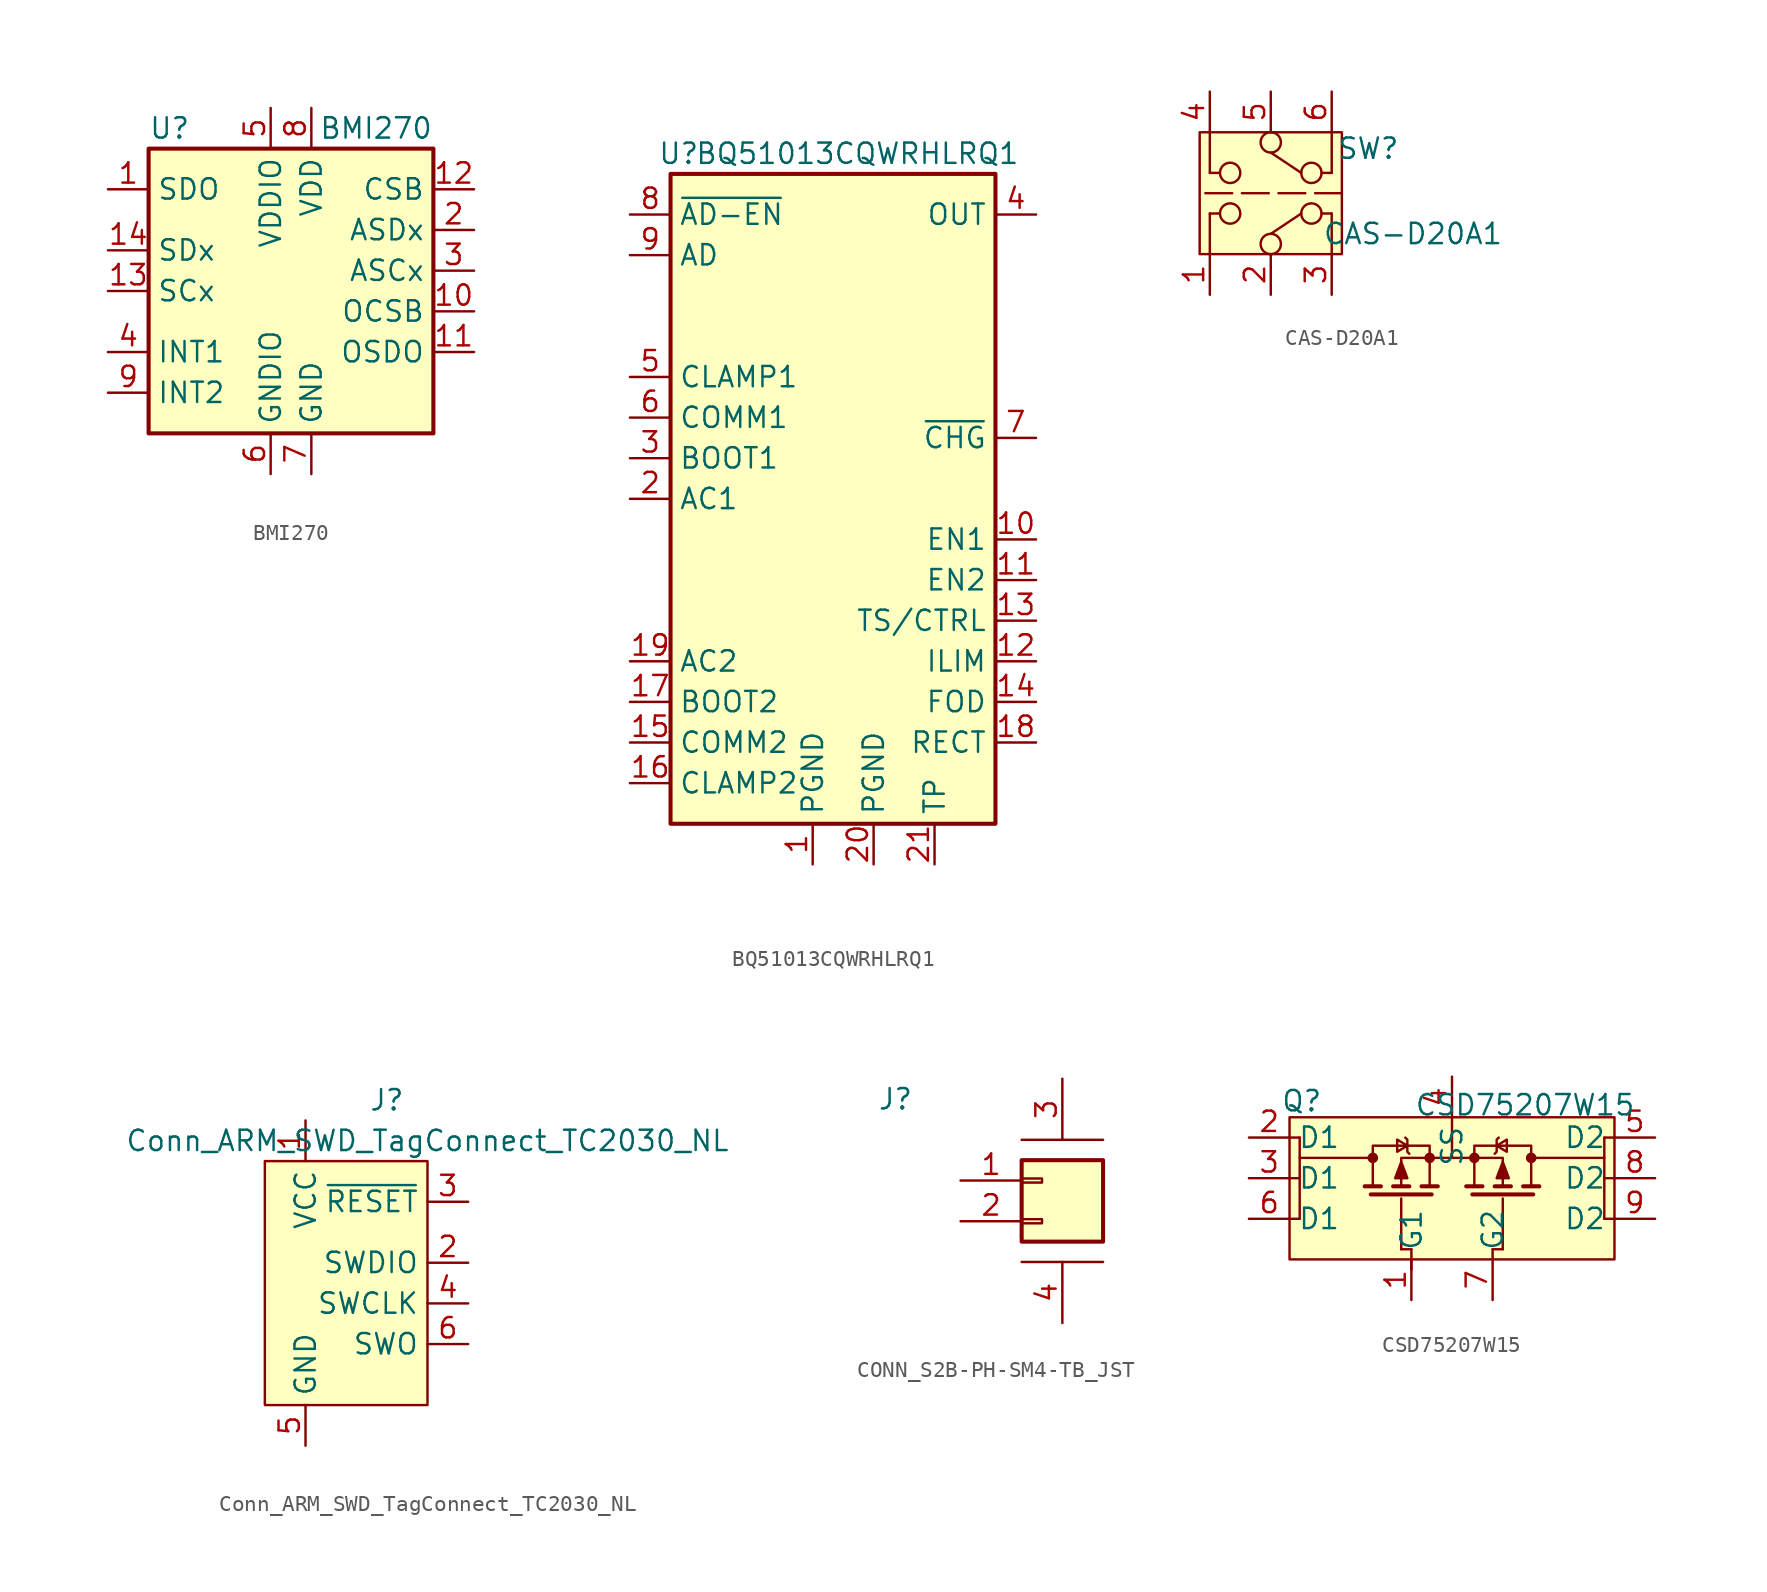
<source format=kicad_sym>
(kicad_symbol_lib
  (version 20241209)
  (generator "kicad_symbol_editor")
  (generator_version "9.0")
  (symbol "BMI270"
    (property "Reference" "U"
      (at -10.16 8.89 0)
      (effects (font (size 1.27 1.27)) (justify left)))
    (property "Value" "BMI270"
      (at 7.62 8.89 0)
      (effects (font (size 1.27 1.27)) (justify right)))
    (symbol "BMI270_1_1"
      (rectangle (start -10.16 7.62) (end 7.62 -10.16) (stroke (width 0.254) (type default)) (fill (type background)))
      (pin bidirectional line (at -12.7 5.08 0) (length 2.54) (name "SDO" (effects (font (size 1.27 1.27)))) (number "1" (effects (font (size 1.27 1.27)))))
      (pin bidirectional line (at -12.7 1.27 0) (length 2.54) (name "SDx" (effects (font (size 1.27 1.27)))) (number "14" (effects (font (size 1.27 1.27)))))
      (pin input line (at -12.7 -1.27 0) (length 2.54) (name "SCx" (effects (font (size 1.27 1.27)))) (number "13" (effects (font (size 1.27 1.27)))))
      (pin bidirectional line (at -12.7 -5.08 0) (length 2.54) (name "INT1" (effects (font (size 1.27 1.27)))) (number "4" (effects (font (size 1.27 1.27)))))
      (pin bidirectional line (at -12.7 -7.62 0) (length 2.54) (name "INT2" (effects (font (size 1.27 1.27)))) (number "9" (effects (font (size 1.27 1.27)))))
      (pin power_in line (at -2.54 10.16 270) (length 2.54) (name "VDDIO" (effects (font (size 1.27 1.27)))) (number "5" (effects (font (size 1.27 1.27)))))
      (pin power_in line (at -2.54 -12.7 90) (length 2.54) (name "GNDIO" (effects (font (size 1.27 1.27)))) (number "6" (effects (font (size 1.27 1.27)))))
      (pin power_in line (at 0 10.16 270) (length 2.54) (name "VDD" (effects (font (size 1.27 1.27)))) (number "8" (effects (font (size 1.27 1.27)))))
      (pin power_in line (at 0 -12.7 90) (length 2.54) (name "GND" (effects (font (size 1.27 1.27)))) (number "7" (effects (font (size 1.27 1.27)))))
      (pin input line (at 10.16 5.08 180) (length 2.54) (name "CSB" (effects (font (size 1.27 1.27)))) (number "12" (effects (font (size 1.27 1.27)))))
      (pin bidirectional line (at 10.16 2.54 180) (length 2.54) (name "ASDx" (effects (font (size 1.27 1.27)))) (number "2" (effects (font (size 1.27 1.27)))))
      (pin output line (at 10.16 0 180) (length 2.54) (name "ASCx" (effects (font (size 1.27 1.27)))) (number "3" (effects (font (size 1.27 1.27)))))
      (pin bidirectional line (at 10.16 -2.54 180) (length 2.54) (name "OCSB" (effects (font (size 1.27 1.27)))) (number "10" (effects (font (size 1.27 1.27)))))
      (pin bidirectional line (at 10.16 -5.08 180) (length 2.54) (name "OSDO" (effects (font (size 1.27 1.27)))) (number "11" (effects (font (size 1.27 1.27)))))))
  (symbol "BQ51013CQWRHLRQ1"
    (property "Reference" "U"
      (at -9.652 21.59 0)
      (effects (font (size 1.27 1.27))))
    (property "Value" "BQ51013CQWRHLRQ1"
      (at 1.524 21.59 0)
      (effects (font (size 1.27 1.27))))
    (symbol "BQ51013CQWRHLRQ1_0_1"
      (rectangle (start -10.16 -20.32) (end 10.16 20.32) (stroke (width 0.254) (type default)) (fill (type background))))
    (symbol "BQ51013CQWRHLRQ1_1_1"
      (pin output line (at -12.7 17.78 0) (length 2.54) (name "~{AD-EN}" (effects (font (size 1.27 1.27)))) (number "8" (effects (font (size 1.27 1.27)))))
      (pin input line (at -12.7 15.24 0) (length 2.54) (name "AD" (effects (font (size 1.27 1.27)))) (number "9" (effects (font (size 1.27 1.27)))))
      (pin open_collector line (at -12.7 7.62 0) (length 2.54) (name "CLAMP1" (effects (font (size 1.27 1.27)))) (number "5" (effects (font (size 1.27 1.27)))))
      (pin open_collector line (at -12.7 5.08 0) (length 2.54) (name "COMM1" (effects (font (size 1.27 1.27)))) (number "6" (effects (font (size 1.27 1.27)))))
      (pin passive line (at -12.7 2.54 0) (length 2.54) (name "BOOT1" (effects (font (size 1.27 1.27)))) (number "3" (effects (font (size 1.27 1.27)))))
      (pin input line (at -12.7 0 0) (length 2.54) (name "AC1" (effects (font (size 1.27 1.27)))) (number "2" (effects (font (size 1.27 1.27)))))
      (pin input line (at -12.7 -10.16 0) (length 2.54) (name "AC2" (effects (font (size 1.27 1.27)))) (number "19" (effects (font (size 1.27 1.27)))))
      (pin passive line (at -12.7 -12.7 0) (length 2.54) (name "BOOT2" (effects (font (size 1.27 1.27)))) (number "17" (effects (font (size 1.27 1.27)))))
      (pin open_collector line (at -12.7 -15.24 0) (length 2.54) (name "COMM2" (effects (font (size 1.27 1.27)))) (number "15" (effects (font (size 1.27 1.27)))))
      (pin open_collector line (at -12.7 -17.78 0) (length 2.54) (name "CLAMP2" (effects (font (size 1.27 1.27)))) (number "16" (effects (font (size 1.27 1.27)))))
      (pin power_in line (at -1.27 -22.86 90) (length 2.54) (name "PGND" (effects (font (size 1.27 1.27)))) (number "1" (effects (font (size 1.27 1.27)))))
      (pin power_in line (at 2.54 -22.86 90) (length 2.54) (name "PGND" (effects (font (size 1.27 1.27)))) (number "20" (effects (font (size 1.27 1.27)))))
      (pin input line (at 6.35 -22.86 90) (length 2.54) (name "TP" (effects (font (size 1.27 1.27)))) (number "21" (effects (font (size 1.27 1.27)))))
      (pin power_out line (at 12.7 17.78 180) (length 2.54) (name "OUT" (effects (font (size 1.27 1.27)))) (number "4" (effects (font (size 1.27 1.27)))))
      (pin open_collector line (at 12.7 3.81 180) (length 2.54) (name "~{CHG}" (effects (font (size 1.27 1.27)))) (number "7" (effects (font (size 1.27 1.27)))))
      (pin input line (at 12.7 -2.54 180) (length 2.54) (name "EN1" (effects (font (size 1.27 1.27)))) (number "10" (effects (font (size 1.27 1.27)))))
      (pin input line (at 12.7 -5.08 180) (length 2.54) (name "EN2" (effects (font (size 1.27 1.27)))) (number "11" (effects (font (size 1.27 1.27)))))
      (pin input line (at 12.7 -7.62 180) (length 2.54) (name "TS/CTRL" (effects (font (size 1.27 1.27)))) (number "13" (effects (font (size 1.27 1.27)))))
      (pin passive line (at 12.7 -10.16 180) (length 2.54) (name "ILIM" (effects (font (size 1.27 1.27)))) (number "12" (effects (font (size 1.27 1.27)))))
      (pin input line (at 12.7 -12.7 180) (length 2.54) (name "FOD" (effects (font (size 1.27 1.27)))) (number "14" (effects (font (size 1.27 1.27)))))
      (pin passive line (at 12.7 -15.24 180) (length 2.54) (name "RECT" (effects (font (size 1.27 1.27)))) (number "18" (effects (font (size 1.27 1.27)))))))
  (symbol "CAS-D20A1"
    (pin_names
      (offset 0)
      (hide yes))
    (property "Reference" "SW"
      (at 6.096 2.794 0)
      (effects (font (size 1.27 1.27))))
    (property "Value" "CAS-D20A1"
      (at 8.89 -2.54 0)
      (effects (font (size 1.27 1.27))))
    (symbol "CAS-D20A1_0_0"
      (polyline (pts (xy -3.81 1.27) (xy -3.81 3.81)) (stroke (width 0) (type default)) (fill (type none)))
      (polyline (pts (xy -3.81 -1.27) (xy -3.81 -3.81)) (stroke (width 0) (type default)) (fill (type none)))
      (polyline (pts (xy -3.175 1.27) (xy -3.81 1.27)) (stroke (width 0) (type default)) (fill (type none)))
      (polyline (pts (xy -3.175 -1.27) (xy -3.81 -1.27)) (stroke (width 0) (type default)) (fill (type none)))
      (circle (center -2.54 1.27) (radius 0.635) (stroke (width 0) (type default)) (fill (type none)))
      (circle (center -2.54 -1.27) (radius 0.635) (stroke (width 0) (type default)) (fill (type none)))
      (circle (center 0 3.175) (radius 0.635) (stroke (width 0) (type default)) (fill (type none)))
      (polyline (pts (xy 0 2.54) (xy 1.905 1.27)) (stroke (width 0) (type default)) (fill (type none)))
      (polyline (pts (xy 0 -2.54) (xy 1.905 -1.27)) (stroke (width 0) (type default)) (fill (type none)))
      (circle (center 0 -3.175) (radius 0.635) (stroke (width 0) (type default)) (fill (type none)))
      (circle (center 2.54 1.27) (radius 0.635) (stroke (width 0) (type default)) (fill (type none)))
      (circle (center 2.54 -1.27) (radius 0.635) (stroke (width 0) (type default)) (fill (type none)))
      (polyline (pts (xy 3.175 1.27) (xy 3.81 1.27)) (stroke (width 0) (type default)) (fill (type none)))
      (polyline (pts (xy 3.175 -1.27) (xy 3.81 -1.27)) (stroke (width 0) (type default)) (fill (type none)))
      (polyline (pts (xy 3.81 1.27) (xy 3.81 3.81)) (stroke (width 0) (type default)) (fill (type none)))
      (polyline (pts (xy 3.81 -1.27) (xy 3.81 -3.81)) (stroke (width 0) (type default)) (fill (type none))))
    (symbol "CAS-D20A1_1_1"
      (rectangle (start -4.445 3.81) (end 4.445 -3.81) (stroke (width 0) (type solid)) (fill (type background)))
      (polyline (pts (xy 4.445 0) (xy -4.445 0)) (stroke (width 0) (type dash)) (fill (type none)))
      (pin passive line (at -3.81 6.35 270) (length 2.54) (name "4" (effects (font (size 1.27 1.27)))) (number "4" (effects (font (size 1.27 1.27)))))
      (pin passive line (at -3.81 -6.35 90) (length 2.54) (name "1" (effects (font (size 1.27 1.27)))) (number "1" (effects (font (size 1.27 1.27)))))
      (pin passive line (at 0 6.35 270) (length 2.54) (name "5" (effects (font (size 1.27 1.27)))) (number "5" (effects (font (size 1.27 1.27)))))
      (pin passive line (at 0 -6.35 90) (length 2.54) (name "2" (effects (font (size 1.27 1.27)))) (number "2" (effects (font (size 1.27 1.27)))))
      (pin passive line (at 3.81 6.35 270) (length 2.54) (name "6" (effects (font (size 1.27 1.27)))) (number "6" (effects (font (size 1.27 1.27)))))
      (pin passive line (at 3.81 -6.35 90) (length 2.54) (name "3" (effects (font (size 1.27 1.27)))) (number "3" (effects (font (size 1.27 1.27)))))))
  (symbol "Conn_ARM_SWD_TagConnect_TC2030_NL"
    (property "Reference" "J"
      (at 2.54 11.43 0)
      (effects (font (size 1.27 1.27))))
    (property "Value" "Conn_ARM_SWD_TagConnect_TC2030_NL"
      (at 5.08 8.89 0)
      (effects (font (size 1.27 1.27))))
    (symbol "Conn_ARM_SWD_TagConnect_TC2030_NL_0_0"
      (pin power_in line (at -2.54 10.16 270) (length 2.54) (name "VCC" (effects (font (size 1.27 1.27)))) (number "1" (effects (font (size 1.27 1.27)))))
      (pin power_in line (at -2.54 -10.16 90) (length 2.54) (name "GND" (effects (font (size 1.27 1.27)))) (number "5" (effects (font (size 1.27 1.27)))))
      (pin open_collector line (at 7.62 5.08 180) (length 2.54) (name "~{RESET}" (effects (font (size 1.27 1.27)))) (number "3" (effects (font (size 1.27 1.27)))))
      (pin bidirectional line (at 7.62 1.27 180) (length 2.54) (name "SWDIO" (effects (font (size 1.27 1.27)))) (number "2" (effects (font (size 1.27 1.27)))) (alternate "TMS" bidirectional line))
      (pin output line (at 7.62 -1.27 180) (length 2.54) (name "SWCLK" (effects (font (size 1.27 1.27)))) (number "4" (effects (font (size 1.27 1.27)))) (alternate "TCK" output line))
      (pin input line (at 7.62 -3.81 180) (length 2.54) (name "SWO" (effects (font (size 1.27 1.27)))) (number "6" (effects (font (size 1.27 1.27)))) (alternate "TDO" input line)))
    (symbol "Conn_ARM_SWD_TagConnect_TC2030_NL_0_1"
      (rectangle (start -5.08 7.62) (end 5.08 -7.62) (stroke (width 0) (type default)) (fill (type background)))))
  (symbol "CONN_S2B-PH-SM4-TB_JST"
    (property "Reference" "J"
      (at -10.414 6.35 0)
      (effects (font (size 1.27 1.27))))
    (property "Value" ""
      (at 0 0 0)
      (effects (font (size 1.27 1.27))))
    (symbol "CONN_S2B-PH-SM4-TB_JST_0_1"
      (polyline (pts (xy -2.54 3.81) (xy 2.54 3.81)) (stroke (width 0) (type default)) (fill (type none)))
      (polyline (pts (xy -2.54 -3.81) (xy 2.54 -3.81)) (stroke (width 0) (type default)) (fill (type none))))
    (symbol "CONN_S2B-PH-SM4-TB_JST_1_1"
      (rectangle (start -2.54 2.54) (end 2.54 -2.54) (stroke (width 0.254) (type default)) (fill (type background)))
      (rectangle (start -2.54 1.397) (end -1.27 1.143) (stroke (width 0.152) (type default)) (fill (type none)))
      (rectangle (start -2.54 -1.143) (end -1.27 -1.397) (stroke (width 0.152) (type default)) (fill (type none)))
      (pin passive line (at -6.35 1.27 0) (length 3.81) (name "" (effects (font (size 1.27 1.27)))) (number "1" (effects (font (size 1.27 1.27)))))
      (pin passive line (at -6.35 -1.27 0) (length 3.81) (name "" (effects (font (size 1.27 1.27)))) (number "2" (effects (font (size 1.27 1.27)))))
      (pin passive line (at 0 7.62 270) (length 3.81) (name "" (effects (font (size 1.27 1.27)))) (number "3" (effects (font (size 1.27 1.27)))))
      (pin passive line (at 0 -7.62 90) (length 3.81) (name "" (effects (font (size 1.27 1.27)))) (number "4" (effects (font (size 1.27 1.27)))))))
  (symbol "CSD75207W15"
    (property "Reference" "Q"
      (at -9.398 4.826 0)
      (effects (font (size 1.27 1.27))))
    (property "Value" "CSD75207W15"
      (at 4.572 4.572 0)
      (effects (font (size 1.27 1.27))))
    (symbol "CSD75207W15_0_1"
      (polyline (pts (xy -10.16 2.54) (xy -9.525 2.54)) (stroke (width 0) (type default)) (fill (type none)))
      (polyline (pts (xy -10.16 0) (xy -9.525 0)) (stroke (width 0) (type default)) (fill (type none)))
      (polyline (pts (xy -10.16 -2.54) (xy -9.525 -2.54)) (stroke (width 0) (type default)) (fill (type none)))
      (polyline (pts (xy -9.525 2.54) (xy -9.525 -2.54)) (stroke (width 0) (type default)) (fill (type none)))
      (polyline (pts (xy -9.525 1.27) (xy -4.953 1.27)) (stroke (width 0) (type default)) (fill (type none)))
      (polyline (pts (xy -5.461 -0.508) (xy -4.445 -0.508)) (stroke (width 0.254) (type default)) (fill (type none)))
      (polyline (pts (xy -5.08 -1.016) (xy -1.27 -1.016)) (stroke (width 0.254) (type default)) (fill (type none)))
      (circle (center -4.953 1.27) (radius 0.254) (stroke (width 0) (type default)) (fill (type outline)))
      (polyline (pts (xy -4.953 -0.508) (xy -4.953 2.032) (xy -1.397 2.032) (xy -1.397 -0.508)) (stroke (width 0) (type default)) (fill (type none)))
      (polyline (pts (xy -3.683 -0.508) (xy -2.667 -0.508)) (stroke (width 0.254) (type default)) (fill (type none)))
      (polyline (pts (xy -3.175 1.016) (xy -3.556 0) (xy -2.794 0) (xy -3.175 1.016)) (stroke (width 0) (type default)) (fill (type outline)))
      (polyline (pts (xy -3.175 -1.27) (xy -3.175 -4.445)) (stroke (width 0) (type default)) (fill (type none)))
      (polyline (pts (xy -3.175 -4.445) (xy -2.54 -4.445)) (stroke (width 0) (type default)) (fill (type none)))
      (polyline (pts (xy -2.794 2.032) (xy -3.429 1.651) (xy -3.429 2.413) (xy -2.794 2.032)) (stroke (width 0) (type default)) (fill (type none)))
      (polyline (pts (xy -2.667 1.524) (xy -2.794 1.651) (xy -2.794 2.413) (xy -2.921 2.54)) (stroke (width 0) (type default)) (fill (type none)))
      (polyline (pts (xy -2.54 -5.08) (xy -2.54 -4.445)) (stroke (width 0) (type default)) (fill (type none)))
      (polyline (pts (xy -2.54 -5.08) (xy -2.54 -5.715)) (stroke (width 0) (type default)) (fill (type none)))
      (polyline (pts (xy -1.905 -0.508) (xy -0.889 -0.508)) (stroke (width 0.254) (type default)) (fill (type none)))
      (circle (center -1.397 1.27) (radius 0.254) (stroke (width 0) (type default)) (fill (type outline)))
      (polyline (pts (xy -0.635 1.27) (xy 0.635 1.27)) (stroke (width 0) (type default)) (fill (type none)))
      (polyline (pts (xy -0.635 1.27) (xy -3.175 1.27) (xy -3.175 -0.508)) (stroke (width 0) (type default)) (fill (type none)))
      (polyline (pts (xy 0 3.81) (xy 0 1.27)) (stroke (width 0) (type default)) (fill (type none)))
      (polyline (pts (xy 0.635 1.27) (xy 3.175 1.27) (xy 3.175 -0.508)) (stroke (width 0) (type default)) (fill (type none)))
      (circle (center 1.397 1.27) (radius 0.254) (stroke (width 0) (type default)) (fill (type outline)))
      (polyline (pts (xy 1.905 -0.508) (xy 0.889 -0.508)) (stroke (width 0.254) (type default)) (fill (type none)))
      (polyline (pts (xy 2.54 -5.08) (xy 2.54 -4.445)) (stroke (width 0) (type default)) (fill (type none)))
      (polyline (pts (xy 2.667 1.524) (xy 2.794 1.651) (xy 2.794 2.413) (xy 2.921 2.54)) (stroke (width 0) (type default)) (fill (type none)))
      (polyline (pts (xy 2.794 2.032) (xy 3.429 1.651) (xy 3.429 2.413) (xy 2.794 2.032)) (stroke (width 0) (type default)) (fill (type none)))
      (polyline (pts (xy 3.175 1.016) (xy 3.556 0) (xy 2.794 0) (xy 3.175 1.016)) (stroke (width 0) (type default)) (fill (type outline)))
      (polyline (pts (xy 3.175 -1.27) (xy 3.175 -4.445)) (stroke (width 0) (type default)) (fill (type none)))
      (polyline (pts (xy 3.175 -4.445) (xy 2.54 -4.445)) (stroke (width 0) (type default)) (fill (type none)))
      (polyline (pts (xy 3.683 -0.508) (xy 2.667 -0.508)) (stroke (width 0.254) (type default)) (fill (type none)))
      (circle (center 4.953 1.27) (radius 0.254) (stroke (width 0) (type default)) (fill (type outline)))
      (polyline (pts (xy 4.953 -0.508) (xy 4.953 2.032) (xy 1.397 2.032) (xy 1.397 -0.508)) (stroke (width 0) (type default)) (fill (type none)))
      (polyline (pts (xy 5.08 -1.016) (xy 1.27 -1.016)) (stroke (width 0.254) (type default)) (fill (type none)))
      (polyline (pts (xy 5.461 -0.508) (xy 4.445 -0.508)) (stroke (width 0.254) (type default)) (fill (type none)))
      (polyline (pts (xy 9.525 2.54) (xy 9.525 -2.54)) (stroke (width 0) (type default)) (fill (type none)))
      (polyline (pts (xy 9.525 2.54) (xy 10.16 2.54)) (stroke (width 0) (type default)) (fill (type none)))
      (polyline (pts (xy 9.525 1.27) (xy 4.953 1.27)) (stroke (width 0) (type default)) (fill (type none)))
      (polyline (pts (xy 9.525 0) (xy 10.16 0)) (stroke (width 0) (type default)) (fill (type none)))
      (polyline (pts (xy 9.525 -2.54) (xy 10.16 -2.54)) (stroke (width 0) (type default)) (fill (type none))))
    (symbol "CSD75207W15_1_1"
      (rectangle (start -10.16 3.81) (end 10.16 -5.08) (stroke (width 0) (type solid)) (fill (type background)))
      (pin passive line (at -12.7 2.54 0) (length 2.54) (name "D1" (effects (font (size 1.27 1.27)))) (number "2" (effects (font (size 1.27 1.27)))))
      (pin passive line (at -12.7 0 0) (length 2.54) (name "D1" (effects (font (size 1.27 1.27)))) (number "3" (effects (font (size 1.27 1.27)))))
      (pin passive line (at -12.7 -2.54 0) (length 2.54) (name "D1" (effects (font (size 1.27 1.27)))) (number "6" (effects (font (size 1.27 1.27)))))
      (pin passive line (at -2.54 -7.62 90) (length 2.54) (name "G1" (effects (font (size 1.27 1.27)))) (number "1" (effects (font (size 1.27 1.27)))))
      (pin passive line (at 0 6.35 270) (length 2.54) (name "SS" (effects (font (size 1.27 1.27)))) (number "4" (effects (font (size 1.27 1.27)))))
      (pin passive line (at 2.54 -7.62 90) (length 2.54) (name "G2" (effects (font (size 1.27 1.27)))) (number "7" (effects (font (size 1.27 1.27)))))
      (pin passive line (at 12.7 2.54 180) (length 2.54) (name "D2" (effects (font (size 1.27 1.27)))) (number "5" (effects (font (size 1.27 1.27)))))
      (pin passive line (at 12.7 0 180) (length 2.54) (name "D2" (effects (font (size 1.27 1.27)))) (number "8" (effects (font (size 1.27 1.27)))))
      (pin passive line (at 12.7 -2.54 180) (length 2.54) (name "D2" (effects (font (size 1.27 1.27)))) (number "9" (effects (font (size 1.27 1.27))))))))
</source>
